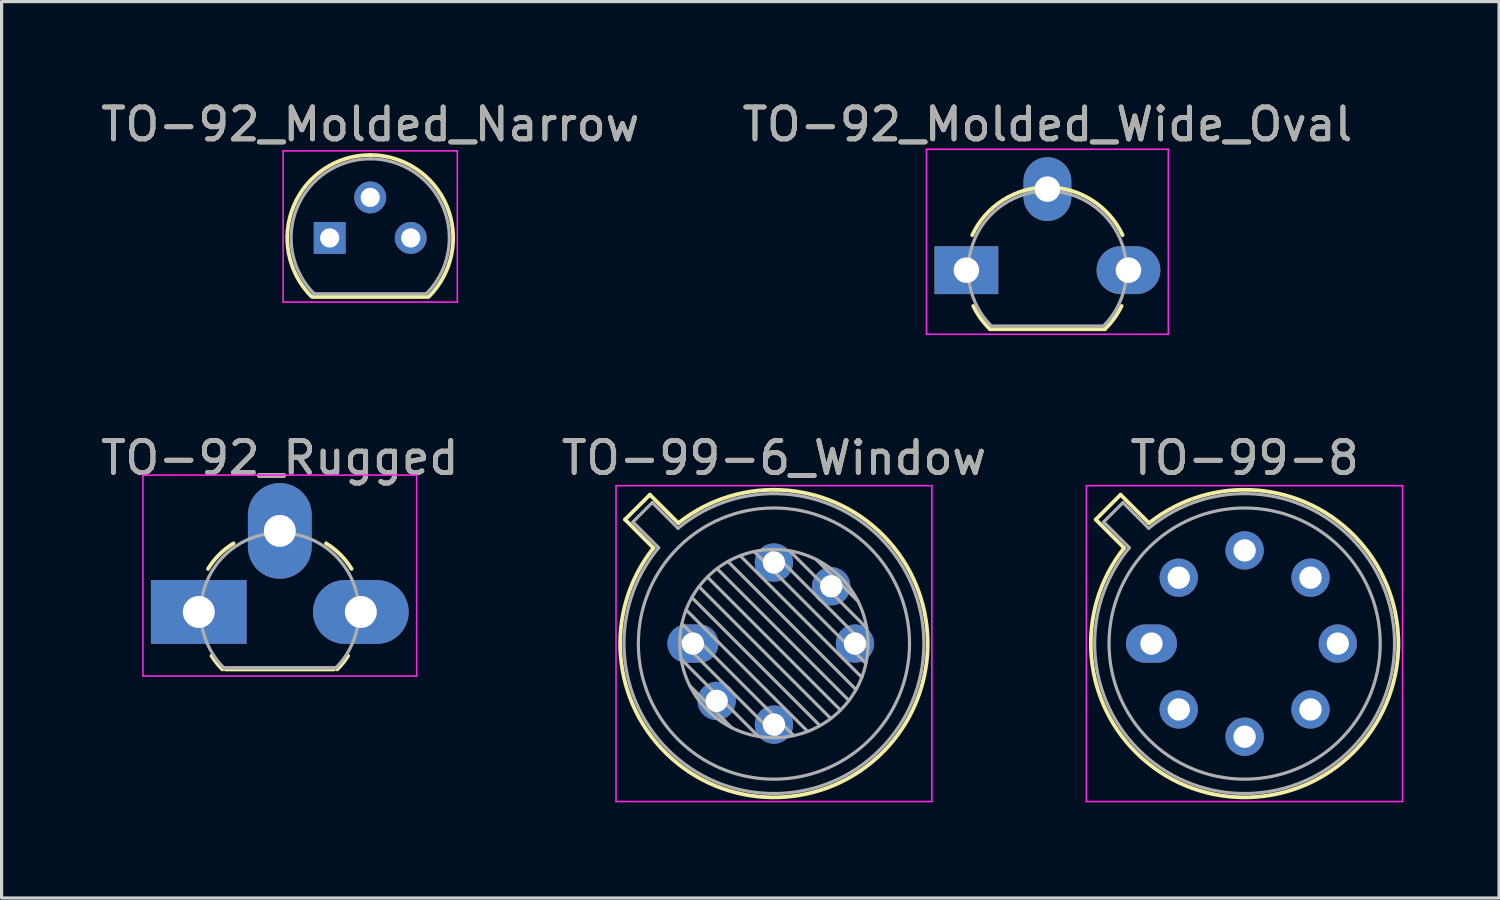
<source format=kicad_pcb>
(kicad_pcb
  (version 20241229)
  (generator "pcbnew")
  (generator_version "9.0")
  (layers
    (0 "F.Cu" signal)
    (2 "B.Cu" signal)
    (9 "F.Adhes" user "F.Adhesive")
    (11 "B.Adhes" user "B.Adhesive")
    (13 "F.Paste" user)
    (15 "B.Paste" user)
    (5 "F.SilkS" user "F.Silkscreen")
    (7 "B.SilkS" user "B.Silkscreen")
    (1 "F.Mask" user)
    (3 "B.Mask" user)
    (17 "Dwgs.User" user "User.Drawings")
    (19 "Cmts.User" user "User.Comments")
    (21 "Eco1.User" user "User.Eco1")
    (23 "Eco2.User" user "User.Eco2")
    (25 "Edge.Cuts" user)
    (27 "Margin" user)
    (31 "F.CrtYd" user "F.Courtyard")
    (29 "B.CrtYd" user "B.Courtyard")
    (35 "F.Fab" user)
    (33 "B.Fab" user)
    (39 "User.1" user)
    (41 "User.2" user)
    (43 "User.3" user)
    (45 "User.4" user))
  (footprint "TO-92_Molded_Wide_Oval"
    (layer "F.Cu")
    (at 27.24 5.418)
    (property "Reference" "TO-92_Molded_Wide_Oval" (at 2.54 -4.57 0) (layer "F.SilkS") (effects (font (size 1 1) (thickness 0.15))))
    (attr through_hole)
    (fp_line (start 0.74 1.85) (end 4.34 1.85) (stroke (width 0.12) (type solid)) (layer "F.SilkS"))
    (fp_arc (start 0.1836 -1.098807) (mid 1.143021 -2.192817) (end 2.54 -2.6) (stroke (width 0.12) (type solid)) (layer "F.SilkS"))
    (fp_arc (start 0.74 1.85) (mid 0.446097 1.509328) (end 0.215816 1.122795) (stroke (width 0.12) (type solid)) (layer "F.SilkS"))
    (fp_arc (start 2.54 -2.6) (mid 3.936979 -2.192818) (end 4.8964 -1.098807) (stroke (width 0.12) (type solid)) (layer "F.SilkS"))
    (fp_arc (start 4.864184 1.122795) (mid 4.633903 1.509328) (end 4.34 1.85) (stroke (width 0.12) (type solid)) (layer "F.SilkS"))
    (fp_line (start -1.25 -3.79) (end -1.25 2.01) (stroke (width 0.05) (type solid)) (layer "F.CrtYd"))
    (fp_line (start -1.25 -3.79) (end 6.33 -3.79) (stroke (width 0.05) (type solid)) (layer "F.CrtYd"))
    (fp_line (start 6.33 2.01) (end -1.25 2.01) (stroke (width 0.05) (type solid)) (layer "F.CrtYd"))
    (fp_line (start 6.33 2.01) (end 6.33 -3.79) (stroke (width 0.05) (type solid)) (layer "F.CrtYd"))
    (fp_line (start 0.8 1.75) (end 4.3 1.75) (stroke (width 0.1) (type solid)) (layer "F.Fab"))
    (fp_arc (start 0.786375 1.753625) (mid 0.248779 -0.949055) (end 2.54 -2.48) (stroke (width 0.1) (type solid)) (layer "F.Fab"))
    (fp_arc (start 2.54 -2.48) (mid 4.831221 -0.949055) (end 4.293625 1.753625) (stroke (width 0.1) (type solid)) (layer "F.Fab"))
    (fp_text user "${REFERENCE}" (at 2.54 -4.57 0) (layer "F.Fab") (effects (font (size 1 1) (thickness 0.15))))
    (pad "1" thru_hole rect (at 0 0 90) (size 1.5 2) (drill 0.8) (layers "*.Cu" "*.Mask"))
    (pad "2" thru_hole oval (at 2.54 -2.54 90) (size 2 1.5) (drill 0.8) (layers "*.Cu" "*.Mask"))
    (pad "3" thru_hole oval (at 5.08 0 90) (size 1.5 2) (drill 0.8) (layers "*.Cu" "*.Mask")))
  (footprint "TO-92_Molded_Narrow"
    (layer "F.Cu")
    (at 7.284 4.408)
    (property "Reference" "TO-92_Molded_Narrow" (at 1.27 -3.56 0) (layer "F.SilkS") (effects (font (size 1 1) (thickness 0.15))))
    (attr through_hole)
    (fp_line (start -0.53 1.85) (end 3.07 1.85) (stroke (width 0.12) (type solid)) (layer "F.SilkS"))
    (fp_arc (start -0.568478 1.838478) (mid -1.132087 -0.994977) (end 1.27 -2.6) (stroke (width 0.12) (type solid)) (layer "F.SilkS"))
    (fp_arc (start 1.27 -2.6) (mid 3.672087 -0.994977) (end 3.108478 1.838478) (stroke (width 0.12) (type solid)) (layer "F.SilkS"))
    (fp_line (start -1.46 -2.73) (end -1.46 2.01) (stroke (width 0.05) (type solid)) (layer "F.CrtYd"))
    (fp_line (start -1.46 -2.73) (end 4 -2.73) (stroke (width 0.05) (type solid)) (layer "F.CrtYd"))
    (fp_line (start 4 2.01) (end -1.46 2.01) (stroke (width 0.05) (type solid)) (layer "F.CrtYd"))
    (fp_line (start 4 2.01) (end 4 -2.73) (stroke (width 0.05) (type solid)) (layer "F.CrtYd"))
    (fp_line (start -0.5 1.75) (end 3 1.75) (stroke (width 0.1) (type solid)) (layer "F.Fab"))
    (fp_arc (start -0.483625 1.753625) (mid -1.021221 -0.949055) (end 1.27 -2.48) (stroke (width 0.1) (type solid)) (layer "F.Fab"))
    (fp_arc (start 1.27 -2.48) (mid 3.561221 -0.949055) (end 3.023625 1.753625) (stroke (width 0.1) (type solid)) (layer "F.Fab"))
    (fp_text user "${REFERENCE}" (at 1.27 -3.56 0) (layer "F.Fab") (effects (font (size 1 1) (thickness 0.15))))
    (pad "1" thru_hole rect (at 0 0 90) (size 1 1) (drill 0.6) (layers "*.Cu" "*.Mask"))
    (pad "2" thru_hole circle (at 1.27 -1.27 90) (size 1 1) (drill 0.6) (layers "*.Cu" "*.Mask"))
    (pad "3" thru_hole circle (at 2.54 0 90) (size 1 1) (drill 0.6) (layers "*.Cu" "*.Mask")))
  (footprint "TO-92_Rugged"
    (layer "F.Cu")
    (at 3.18 16.131)
    (property "Reference" "TO-92_Rugged" (at 2.54 -4.83 0) (layer "F.SilkS") (effects (font (size 1 1) (thickness 0.15))))
    (attr through_hole)
    (fp_line (start 0.84 1.8) (end 4.24 1.8) (stroke (width 0.12) (type solid)) (layer "F.SilkS"))
    (fp_arc (start 0.29 -1.35) (mid 0.642148 -1.797734) (end 1.089857 -2.149913) (stroke (width 0.12) (type solid)) (layer "F.SilkS"))
    (fp_arc (start 0.74 1.8) (mid 0.558613 1.596791) (end 0.401376 1.374368) (stroke (width 0.12) (type solid)) (layer "F.SilkS"))
    (fp_arc (start 3.990143 -2.149913) (mid 4.437852 -1.797734) (end 4.79 -1.35) (stroke (width 0.12) (type solid)) (layer "F.SilkS"))
    (fp_arc (start 4.678624 1.374368) (mid 4.521387 1.596791) (end 4.34 1.8) (stroke (width 0.12) (type solid)) (layer "F.SilkS"))
    (fp_line (start -1.75 -4.29) (end -1.75 2.01) (stroke (width 0.05) (type solid)) (layer "F.CrtYd"))
    (fp_line (start -1.75 -4.29) (end 6.83 -4.29) (stroke (width 0.05) (type solid)) (layer "F.CrtYd"))
    (fp_line (start 6.83 2.01) (end -1.75 2.01) (stroke (width 0.05) (type solid)) (layer "F.CrtYd"))
    (fp_line (start 6.83 2.01) (end 6.83 -4.29) (stroke (width 0.05) (type solid)) (layer "F.CrtYd"))
    (fp_line (start 0.8 1.75) (end 4.3 1.75) (stroke (width 0.1) (type solid)) (layer "F.Fab"))
    (fp_line (start 0.8 1.75) (end 4.3 1.75) (stroke (width 0.1) (type solid)) (layer "F.Fab"))
    (fp_arc (start 0.786375 1.753625) (mid 0.248779 -0.949055) (end 2.54 -2.48) (stroke (width 0.1) (type solid)) (layer "F.Fab"))
    (fp_arc (start 2.54 -2.48) (mid 4.831221 -0.949055) (end 4.293625 1.753625) (stroke (width 0.1) (type solid)) (layer "F.Fab"))
    (fp_text user "${REFERENCE}" (at 2.54 -4.83 0) (layer "F.Fab") (effects (font (size 1 1) (thickness 0.15))))
    (pad "1" thru_hole rect (at 0 0 90) (size 2 3) (drill 1) (layers "*.Cu" "*.Mask"))
    (pad "2" thru_hole oval (at 2.54 -2.54 90) (size 3 2) (drill 1) (layers "*.Cu" "*.Mask"))
    (pad "3" thru_hole oval (at 5.08 0 90) (size 2 3) (drill 1) (layers "*.Cu" "*.Mask")))
  (footprint "TO-99-6_Window"
    (layer "F.Cu")
    (at 18.668 17.122)
    (property "Reference" "TO-99-6_Window" (at 2.54 -5.82 0) (layer "F.SilkS") (effects (font (size 1 1) (thickness 0.15))))
    (attr through_hole)
    (fp_line (start -2.126 -3.888) (end -1.235 -2.997) (stroke (width 0.12) (type solid)) (layer "F.SilkS"))
    (fp_line (start -1.348 -4.666) (end -2.126 -3.888) (stroke (width 0.12) (type solid)) (layer "F.SilkS"))
    (fp_line (start -0.457 -3.775) (end -1.348 -4.666) (stroke (width 0.12) (type solid)) (layer "F.SilkS"))
    (fp_arc (start -0.457084 -3.774902) (mid 5.948125 3.408384) (end -1.234674 -2.997371) (stroke (width 0.12) (type solid)) (layer "F.SilkS"))
    (fp_line (start -2.41 -4.95) (end -2.41 4.95) (stroke (width 0.05) (type solid)) (layer "F.CrtYd"))
    (fp_line (start -2.41 4.95) (end 7.49 4.95) (stroke (width 0.05) (type solid)) (layer "F.CrtYd"))
    (fp_line (start 7.49 -4.95) (end -2.41 -4.95) (stroke (width 0.05) (type solid)) (layer "F.CrtYd"))
    (fp_line (start 7.49 4.95) (end 7.49 -4.95) (stroke (width 0.05) (type solid)) (layer "F.CrtYd"))
    (fp_line (start -1.88 -3.812) (end -1.074 -3.005) (stroke (width 0.1) (type solid)) (layer "F.Fab"))
    (fp_line (start -1.272 -4.42) (end -1.88 -3.812) (stroke (width 0.1) (type solid)) (layer "F.Fab"))
    (fp_line (start -0.465 -3.614) (end -1.272 -4.42) (stroke (width 0.1) (type solid)) (layer "F.Fab"))
    (fp_line (start -0.408 -0.12) (end 2.66 2.948) (stroke (width 0.1) (type solid)) (layer "F.Fab"))
    (fp_line (start -0.371 0.485) (end 2.055 2.911) (stroke (width 0.1) (type solid)) (layer "F.Fab"))
    (fp_line (start -0.344 -0.622) (end 3.162 2.884) (stroke (width 0.1) (type solid)) (layer "F.Fab"))
    (fp_line (start -0.215 -1.058) (end 3.598 2.755) (stroke (width 0.1) (type solid)) (layer "F.Fab"))
    (fp_line (start -0.097 1.324) (end 1.216 2.637) (stroke (width 0.1) (type solid)) (layer "F.Fab"))
    (fp_line (start -0.034 -1.443) (end 3.983 2.574) (stroke (width 0.1) (type solid)) (layer "F.Fab"))
    (fp_line (start 0.19 -1.784) (end 4.324 2.35) (stroke (width 0.1) (type solid)) (layer "F.Fab"))
    (fp_line (start 0.454 -2.086) (end 4.626 2.086) (stroke (width 0.1) (type solid)) (layer "F.Fab"))
    (fp_line (start 0.756 -2.35) (end 4.89 1.784) (stroke (width 0.1) (type solid)) (layer "F.Fab"))
    (fp_line (start 1.097 -2.574) (end 5.114 1.443) (stroke (width 0.1) (type solid)) (layer "F.Fab"))
    (fp_line (start 1.482 -2.755) (end 5.295 1.058) (stroke (width 0.1) (type solid)) (layer "F.Fab"))
    (fp_line (start 1.918 -2.884) (end 5.424 0.622) (stroke (width 0.1) (type solid)) (layer "F.Fab"))
    (fp_line (start 2.42 -2.948) (end 5.488 0.12) (stroke (width 0.1) (type solid)) (layer "F.Fab"))
    (fp_line (start 3.025 -2.911) (end 5.451 -0.485) (stroke (width 0.1) (type solid)) (layer "F.Fab"))
    (fp_line (start 3.864 -2.637) (end 5.177 -1.324) (stroke (width 0.1) (type solid)) (layer "F.Fab"))
    (fp_arc (start -0.465408 -3.61352) (mid 5.863443 3.323361) (end -1.073594 -3.005319) (stroke (width 0.1) (type solid)) (layer "F.Fab"))
    (fp_circle (center 2.54 0) (end 5.49 0) (stroke (width 0.1) (type solid)) (fill no) (layer "F.Fab"))
    (fp_circle (center 2.54 0) (end 6.79 0) (stroke (width 0.1) (type solid)) (fill no) (layer "F.Fab"))
    (fp_text user "${REFERENCE}" (at 2.54 -5.82 0) (layer "F.Fab") (effects (font (size 1 1) (thickness 0.15))))
    (pad "1" thru_hole oval (at 0 0) (size 1.6 1.2) (drill 0.7) (layers "*.Cu" "*.Mask"))
    (pad "2" thru_hole oval (at 0.744 1.796) (size 1.2 1.2) (drill 0.7) (layers "*.Cu" "*.Mask"))
    (pad "3" thru_hole oval (at 2.54 2.54) (size 1.2 1.2) (drill 0.7) (layers "*.Cu" "*.Mask"))
    (pad "4" thru_hole oval (at 5.08 0) (size 1.2 1.2) (drill 0.7) (layers "*.Cu" "*.Mask"))
    (pad "5" thru_hole oval (at 4.336 -1.796) (size 1.2 1.2) (drill 0.7) (layers "*.Cu" "*.Mask"))
    (pad "6" thru_hole oval (at 2.54 -2.54) (size 1.2 1.2) (drill 0.7) (layers "*.Cu" "*.Mask")))
  (footprint "TO-99-8"
    (layer "F.Cu")
    (at 33.041 17.122)
    (property "Reference" "TO-99-8" (at 2.92 -5.82 0) (layer "F.SilkS") (effects (font (size 1 1) (thickness 0.15))))
    (attr through_hole)
    (fp_line (start -1.746 -3.888) (end -0.855 -2.997) (stroke (width 0.12) (type solid)) (layer "F.SilkS"))
    (fp_line (start -0.968 -4.666) (end -1.746 -3.888) (stroke (width 0.12) (type solid)) (layer "F.SilkS"))
    (fp_line (start -0.077 -3.775) (end -0.968 -4.666) (stroke (width 0.12) (type solid)) (layer "F.SilkS"))
    (fp_arc (start -0.077084 -3.774902) (mid 6.328125 3.408384) (end -0.854674 -2.997371) (stroke (width 0.12) (type solid)) (layer "F.SilkS"))
    (fp_line (start -2.04 -4.95) (end -2.04 4.95) (stroke (width 0.05) (type solid)) (layer "F.CrtYd"))
    (fp_line (start -2.04 4.95) (end 7.87 4.95) (stroke (width 0.05) (type solid)) (layer "F.CrtYd"))
    (fp_line (start 7.87 -4.95) (end -2.04 -4.95) (stroke (width 0.05) (type solid)) (layer "F.CrtYd"))
    (fp_line (start 7.87 4.95) (end 7.87 -4.95) (stroke (width 0.05) (type solid)) (layer "F.CrtYd"))
    (fp_line (start -1.5 -3.812) (end -0.694 -3.005) (stroke (width 0.1) (type solid)) (layer "F.Fab"))
    (fp_line (start -0.892 -4.42) (end -1.5 -3.812) (stroke (width 0.1) (type solid)) (layer "F.Fab"))
    (fp_line (start -0.085 -3.614) (end -0.892 -4.42) (stroke (width 0.1) (type solid)) (layer "F.Fab"))
    (fp_arc (start -0.085408 -3.61352) (mid 6.243443 3.323361) (end -0.693594 -3.005319) (stroke (width 0.1) (type solid)) (layer "F.Fab"))
    (fp_circle (center 2.92 0) (end 7.17 0) (stroke (width 0.1) (type solid)) (fill no) (layer "F.Fab"))
    (fp_text user "${REFERENCE}" (at 2.92 -5.82 0) (layer "F.Fab") (effects (font (size 1 1) (thickness 0.15))))
    (pad "1" thru_hole oval (at 0 0) (size 1.6 1.2) (drill 0.7) (layers "*.Cu" "*.Mask"))
    (pad "2" thru_hole oval (at 0.855 2.065) (size 1.2 1.2) (drill 0.7) (layers "*.Cu" "*.Mask"))
    (pad "3" thru_hole oval (at 2.92 2.92) (size 1.2 1.2) (drill 0.7) (layers "*.Cu" "*.Mask"))
    (pad "4" thru_hole oval (at 4.985 2.065) (size 1.2 1.2) (drill 0.7) (layers "*.Cu" "*.Mask"))
    (pad "5" thru_hole oval (at 5.84 0) (size 1.2 1.2) (drill 0.7) (layers "*.Cu" "*.Mask"))
    (pad "6" thru_hole oval (at 4.985 -2.065) (size 1.2 1.2) (drill 0.7) (layers "*.Cu" "*.Mask"))
    (pad "7" thru_hole oval (at 2.92 -2.92) (size 1.2 1.2) (drill 0.7) (layers "*.Cu" "*.Mask"))
    (pad "8" thru_hole oval (at 0.855 -2.065) (size 1.2 1.2) (drill 0.7) (layers "*.Cu" "*.Mask")))
  (gr_rect
    (start -3 -3)
    (end 43.936 25.096)
    (stroke (width 0.1) (type default))
    (fill no)
    (layer "Edge.Cuts")))
</source>
